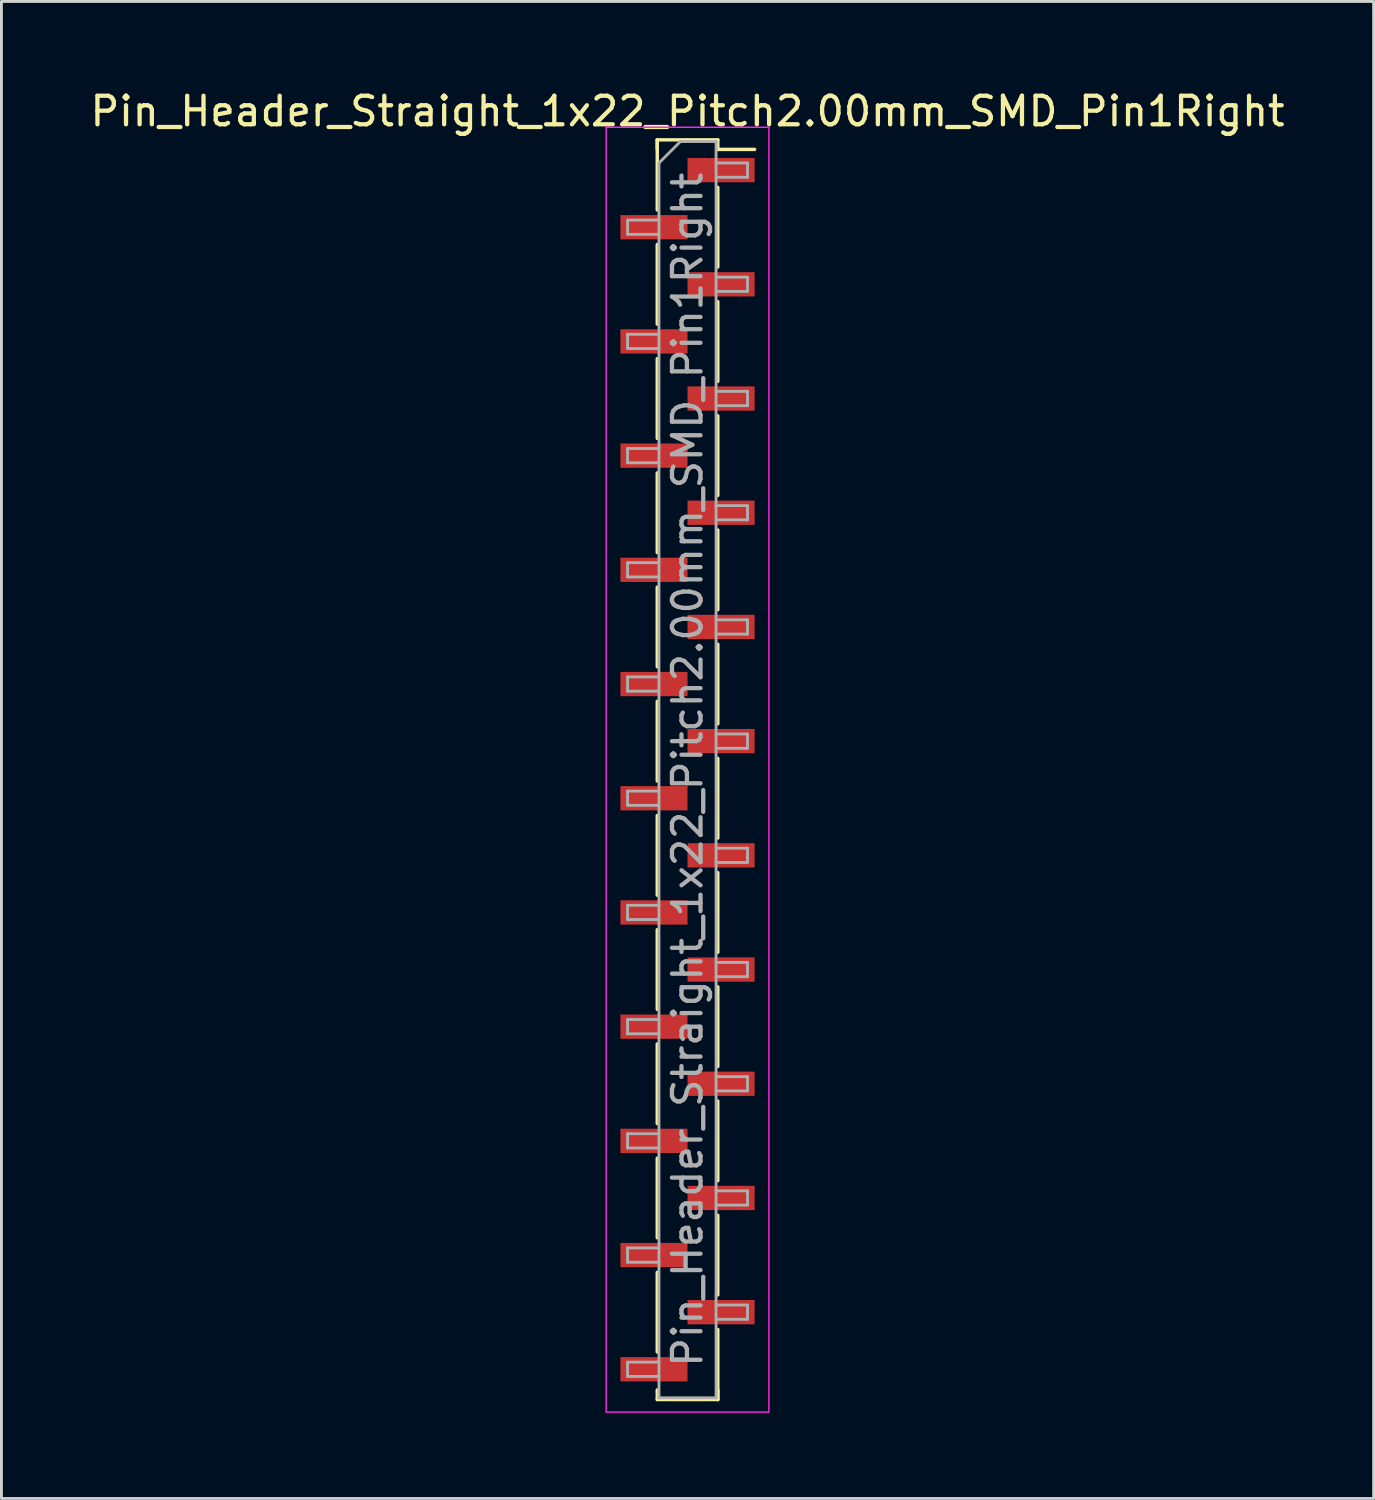
<source format=kicad_pcb>
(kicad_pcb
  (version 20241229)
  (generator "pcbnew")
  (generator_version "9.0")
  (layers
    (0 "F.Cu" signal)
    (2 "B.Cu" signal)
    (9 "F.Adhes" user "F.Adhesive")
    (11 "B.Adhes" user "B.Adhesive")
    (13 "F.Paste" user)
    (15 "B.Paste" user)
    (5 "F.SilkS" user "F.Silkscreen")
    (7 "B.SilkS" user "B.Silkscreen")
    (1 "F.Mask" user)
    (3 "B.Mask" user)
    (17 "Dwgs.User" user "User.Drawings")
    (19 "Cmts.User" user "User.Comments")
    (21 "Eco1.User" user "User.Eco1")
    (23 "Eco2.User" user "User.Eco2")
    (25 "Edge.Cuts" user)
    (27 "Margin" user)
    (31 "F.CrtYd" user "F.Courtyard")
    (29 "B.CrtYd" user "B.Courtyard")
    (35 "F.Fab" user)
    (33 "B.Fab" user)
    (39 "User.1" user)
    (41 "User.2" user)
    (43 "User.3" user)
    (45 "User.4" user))
  (footprint "Pin_Header_Straight_1x22_Pitch2.00mm_SMD_Pin1Right"
    (layer "F.Cu")
    (at 21.03 23.908)
    (property "Reference" "Pin_Header_Straight_1x22_Pitch2.00mm_SMD_Pin1Right" (at 0 -23.06 0) (layer "F.SilkS") (effects (font (size 1 1) (thickness 0.15))))
    (attr smd)
    (fp_line (start -1.06 -22.06) (end -1.06 -19.605) (stroke (width 0.12) (type solid)) (layer "F.SilkS"))
    (fp_line (start -1.06 -22.06) (end 1.06 -22.06) (stroke (width 0.12) (type solid)) (layer "F.SilkS"))
    (fp_line (start -1.06 -21.725) (end -1.06 -22.06) (stroke (width 0.12) (type solid)) (layer "F.SilkS"))
    (fp_line (start -1.06 -18.395) (end -1.06 -15.605) (stroke (width 0.12) (type solid)) (layer "F.SilkS"))
    (fp_line (start -1.06 -14.395) (end -1.06 -11.605) (stroke (width 0.12) (type solid)) (layer "F.SilkS"))
    (fp_line (start -1.06 -10.395) (end -1.06 -7.605) (stroke (width 0.12) (type solid)) (layer "F.SilkS"))
    (fp_line (start -1.06 -6.395) (end -1.06 -3.605) (stroke (width 0.12) (type solid)) (layer "F.SilkS"))
    (fp_line (start -1.06 -2.395) (end -1.06 0.395) (stroke (width 0.12) (type solid)) (layer "F.SilkS"))
    (fp_line (start -1.06 1.605) (end -1.06 4.395) (stroke (width 0.12) (type solid)) (layer "F.SilkS"))
    (fp_line (start -1.06 5.605) (end -1.06 8.395) (stroke (width 0.12) (type solid)) (layer "F.SilkS"))
    (fp_line (start -1.06 9.605) (end -1.06 12.395) (stroke (width 0.12) (type solid)) (layer "F.SilkS"))
    (fp_line (start -1.06 13.605) (end -1.06 16.395) (stroke (width 0.12) (type solid)) (layer "F.SilkS"))
    (fp_line (start -1.06 17.605) (end -1.06 20.395) (stroke (width 0.12) (type solid)) (layer "F.SilkS"))
    (fp_line (start -1.06 21.725) (end -1.06 22.06) (stroke (width 0.12) (type solid)) (layer "F.SilkS"))
    (fp_line (start -1.06 22.06) (end 1.06 22.06) (stroke (width 0.12) (type solid)) (layer "F.SilkS"))
    (fp_line (start 1.06 -22.06) (end 1.06 -21.725) (stroke (width 0.12) (type solid)) (layer "F.SilkS"))
    (fp_line (start 1.06 -21.725) (end 2.35 -21.725) (stroke (width 0.12) (type solid)) (layer "F.SilkS"))
    (fp_line (start 1.06 -20.395) (end 1.06 -17.605) (stroke (width 0.12) (type solid)) (layer "F.SilkS"))
    (fp_line (start 1.06 -16.395) (end 1.06 -13.605) (stroke (width 0.12) (type solid)) (layer "F.SilkS"))
    (fp_line (start 1.06 -12.395) (end 1.06 -9.605) (stroke (width 0.12) (type solid)) (layer "F.SilkS"))
    (fp_line (start 1.06 -8.395) (end 1.06 -5.605) (stroke (width 0.12) (type solid)) (layer "F.SilkS"))
    (fp_line (start 1.06 -4.395) (end 1.06 -1.605) (stroke (width 0.12) (type solid)) (layer "F.SilkS"))
    (fp_line (start 1.06 -0.395) (end 1.06 2.395) (stroke (width 0.12) (type solid)) (layer "F.SilkS"))
    (fp_line (start 1.06 3.605) (end 1.06 6.395) (stroke (width 0.12) (type solid)) (layer "F.SilkS"))
    (fp_line (start 1.06 7.605) (end 1.06 10.395) (stroke (width 0.12) (type solid)) (layer "F.SilkS"))
    (fp_line (start 1.06 11.605) (end 1.06 14.395) (stroke (width 0.12) (type solid)) (layer "F.SilkS"))
    (fp_line (start 1.06 15.605) (end 1.06 18.395) (stroke (width 0.12) (type solid)) (layer "F.SilkS"))
    (fp_line (start 1.06 19.605) (end 1.06 22.06) (stroke (width 0.12) (type solid)) (layer "F.SilkS"))
    (fp_line (start 1.06 22.06) (end 1.06 21.725) (stroke (width 0.12) (type solid)) (layer "F.SilkS"))
    (fp_line (start -2.85 -22.5) (end -2.85 22.5) (stroke (width 0.05) (type solid)) (layer "F.CrtYd"))
    (fp_line (start -2.85 22.5) (end 2.85 22.5) (stroke (width 0.05) (type solid)) (layer "F.CrtYd"))
    (fp_line (start 2.85 -22.5) (end -2.85 -22.5) (stroke (width 0.05) (type solid)) (layer "F.CrtYd"))
    (fp_line (start 2.85 22.5) (end 2.85 -22.5) (stroke (width 0.05) (type solid)) (layer "F.CrtYd"))
    (fp_line (start -2.1 -19.25) (end -2.1 -18.75) (stroke (width 0.1) (type solid)) (layer "F.Fab"))
    (fp_line (start -2.1 -18.75) (end -1 -18.75) (stroke (width 0.1) (type solid)) (layer "F.Fab"))
    (fp_line (start -2.1 -15.25) (end -2.1 -14.75) (stroke (width 0.1) (type solid)) (layer "F.Fab"))
    (fp_line (start -2.1 -14.75) (end -1 -14.75) (stroke (width 0.1) (type solid)) (layer "F.Fab"))
    (fp_line (start -2.1 -11.25) (end -2.1 -10.75) (stroke (width 0.1) (type solid)) (layer "F.Fab"))
    (fp_line (start -2.1 -10.75) (end -1 -10.75) (stroke (width 0.1) (type solid)) (layer "F.Fab"))
    (fp_line (start -2.1 -7.25) (end -2.1 -6.75) (stroke (width 0.1) (type solid)) (layer "F.Fab"))
    (fp_line (start -2.1 -6.75) (end -1 -6.75) (stroke (width 0.1) (type solid)) (layer "F.Fab"))
    (fp_line (start -2.1 -3.25) (end -2.1 -2.75) (stroke (width 0.1) (type solid)) (layer "F.Fab"))
    (fp_line (start -2.1 -2.75) (end -1 -2.75) (stroke (width 0.1) (type solid)) (layer "F.Fab"))
    (fp_line (start -2.1 0.75) (end -2.1 1.25) (stroke (width 0.1) (type solid)) (layer "F.Fab"))
    (fp_line (start -2.1 1.25) (end -1 1.25) (stroke (width 0.1) (type solid)) (layer "F.Fab"))
    (fp_line (start -2.1 4.75) (end -2.1 5.25) (stroke (width 0.1) (type solid)) (layer "F.Fab"))
    (fp_line (start -2.1 5.25) (end -1 5.25) (stroke (width 0.1) (type solid)) (layer "F.Fab"))
    (fp_line (start -2.1 8.75) (end -2.1 9.25) (stroke (width 0.1) (type solid)) (layer "F.Fab"))
    (fp_line (start -2.1 9.25) (end -1 9.25) (stroke (width 0.1) (type solid)) (layer "F.Fab"))
    (fp_line (start -2.1 12.75) (end -2.1 13.25) (stroke (width 0.1) (type solid)) (layer "F.Fab"))
    (fp_line (start -2.1 13.25) (end -1 13.25) (stroke (width 0.1) (type solid)) (layer "F.Fab"))
    (fp_line (start -2.1 16.75) (end -2.1 17.25) (stroke (width 0.1) (type solid)) (layer "F.Fab"))
    (fp_line (start -2.1 17.25) (end -1 17.25) (stroke (width 0.1) (type solid)) (layer "F.Fab"))
    (fp_line (start -2.1 20.75) (end -2.1 21.25) (stroke (width 0.1) (type solid)) (layer "F.Fab"))
    (fp_line (start -2.1 21.25) (end -1 21.25) (stroke (width 0.1) (type solid)) (layer "F.Fab"))
    (fp_line (start -1 -21.25) (end -0.25 -22) (stroke (width 0.1) (type solid)) (layer "F.Fab"))
    (fp_line (start -1 -19.25) (end -2.1 -19.25) (stroke (width 0.1) (type solid)) (layer "F.Fab"))
    (fp_line (start -1 -15.25) (end -2.1 -15.25) (stroke (width 0.1) (type solid)) (layer "F.Fab"))
    (fp_line (start -1 -11.25) (end -2.1 -11.25) (stroke (width 0.1) (type solid)) (layer "F.Fab"))
    (fp_line (start -1 -7.25) (end -2.1 -7.25) (stroke (width 0.1) (type solid)) (layer "F.Fab"))
    (fp_line (start -1 -3.25) (end -2.1 -3.25) (stroke (width 0.1) (type solid)) (layer "F.Fab"))
    (fp_line (start -1 0.75) (end -2.1 0.75) (stroke (width 0.1) (type solid)) (layer "F.Fab"))
    (fp_line (start -1 4.75) (end -2.1 4.75) (stroke (width 0.1) (type solid)) (layer "F.Fab"))
    (fp_line (start -1 8.75) (end -2.1 8.75) (stroke (width 0.1) (type solid)) (layer "F.Fab"))
    (fp_line (start -1 12.75) (end -2.1 12.75) (stroke (width 0.1) (type solid)) (layer "F.Fab"))
    (fp_line (start -1 16.75) (end -2.1 16.75) (stroke (width 0.1) (type solid)) (layer "F.Fab"))
    (fp_line (start -1 20.75) (end -2.1 20.75) (stroke (width 0.1) (type solid)) (layer "F.Fab"))
    (fp_line (start -1 22) (end -1 -21.25) (stroke (width 0.1) (type solid)) (layer "F.Fab"))
    (fp_line (start -0.25 -22) (end 1 -22) (stroke (width 0.1) (type solid)) (layer "F.Fab"))
    (fp_line (start 1 -22) (end 1 22) (stroke (width 0.1) (type solid)) (layer "F.Fab"))
    (fp_line (start 1 -21.25) (end 2.1 -21.25) (stroke (width 0.1) (type solid)) (layer "F.Fab"))
    (fp_line (start 1 -17.25) (end 2.1 -17.25) (stroke (width 0.1) (type solid)) (layer "F.Fab"))
    (fp_line (start 1 -13.25) (end 2.1 -13.25) (stroke (width 0.1) (type solid)) (layer "F.Fab"))
    (fp_line (start 1 -9.25) (end 2.1 -9.25) (stroke (width 0.1) (type solid)) (layer "F.Fab"))
    (fp_line (start 1 -5.25) (end 2.1 -5.25) (stroke (width 0.1) (type solid)) (layer "F.Fab"))
    (fp_line (start 1 -1.25) (end 2.1 -1.25) (stroke (width 0.1) (type solid)) (layer "F.Fab"))
    (fp_line (start 1 2.75) (end 2.1 2.75) (stroke (width 0.1) (type solid)) (layer "F.Fab"))
    (fp_line (start 1 6.75) (end 2.1 6.75) (stroke (width 0.1) (type solid)) (layer "F.Fab"))
    (fp_line (start 1 10.75) (end 2.1 10.75) (stroke (width 0.1) (type solid)) (layer "F.Fab"))
    (fp_line (start 1 14.75) (end 2.1 14.75) (stroke (width 0.1) (type solid)) (layer "F.Fab"))
    (fp_line (start 1 18.75) (end 2.1 18.75) (stroke (width 0.1) (type solid)) (layer "F.Fab"))
    (fp_line (start 1 22) (end -1 22) (stroke (width 0.1) (type solid)) (layer "F.Fab"))
    (fp_line (start 2.1 -21.25) (end 2.1 -20.75) (stroke (width 0.1) (type solid)) (layer "F.Fab"))
    (fp_line (start 2.1 -20.75) (end 1 -20.75) (stroke (width 0.1) (type solid)) (layer "F.Fab"))
    (fp_line (start 2.1 -17.25) (end 2.1 -16.75) (stroke (width 0.1) (type solid)) (layer "F.Fab"))
    (fp_line (start 2.1 -16.75) (end 1 -16.75) (stroke (width 0.1) (type solid)) (layer "F.Fab"))
    (fp_line (start 2.1 -13.25) (end 2.1 -12.75) (stroke (width 0.1) (type solid)) (layer "F.Fab"))
    (fp_line (start 2.1 -12.75) (end 1 -12.75) (stroke (width 0.1) (type solid)) (layer "F.Fab"))
    (fp_line (start 2.1 -9.25) (end 2.1 -8.75) (stroke (width 0.1) (type solid)) (layer "F.Fab"))
    (fp_line (start 2.1 -8.75) (end 1 -8.75) (stroke (width 0.1) (type solid)) (layer "F.Fab"))
    (fp_line (start 2.1 -5.25) (end 2.1 -4.75) (stroke (width 0.1) (type solid)) (layer "F.Fab"))
    (fp_line (start 2.1 -4.75) (end 1 -4.75) (stroke (width 0.1) (type solid)) (layer "F.Fab"))
    (fp_line (start 2.1 -1.25) (end 2.1 -0.75) (stroke (width 0.1) (type solid)) (layer "F.Fab"))
    (fp_line (start 2.1 -0.75) (end 1 -0.75) (stroke (width 0.1) (type solid)) (layer "F.Fab"))
    (fp_line (start 2.1 2.75) (end 2.1 3.25) (stroke (width 0.1) (type solid)) (layer "F.Fab"))
    (fp_line (start 2.1 3.25) (end 1 3.25) (stroke (width 0.1) (type solid)) (layer "F.Fab"))
    (fp_line (start 2.1 6.75) (end 2.1 7.25) (stroke (width 0.1) (type solid)) (layer "F.Fab"))
    (fp_line (start 2.1 7.25) (end 1 7.25) (stroke (width 0.1) (type solid)) (layer "F.Fab"))
    (fp_line (start 2.1 10.75) (end 2.1 11.25) (stroke (width 0.1) (type solid)) (layer "F.Fab"))
    (fp_line (start 2.1 11.25) (end 1 11.25) (stroke (width 0.1) (type solid)) (layer "F.Fab"))
    (fp_line (start 2.1 14.75) (end 2.1 15.25) (stroke (width 0.1) (type solid)) (layer "F.Fab"))
    (fp_line (start 2.1 15.25) (end 1 15.25) (stroke (width 0.1) (type solid)) (layer "F.Fab"))
    (fp_line (start 2.1 18.75) (end 2.1 19.25) (stroke (width 0.1) (type solid)) (layer "F.Fab"))
    (fp_line (start 2.1 19.25) (end 1 19.25) (stroke (width 0.1) (type solid)) (layer "F.Fab"))
    (fp_text user "${REFERENCE}" (at 0 0 90) (layer "F.Fab") (effects (font (size 1 1) (thickness 0.15))))
    (pad "1" smd rect (at 1.175 -21) (size 2.35 0.85) (layers "F.Cu" "F.Mask" "F.Paste"))
    (pad "2" smd rect (at -1.175 -19) (size 2.35 0.85) (layers "F.Cu" "F.Mask" "F.Paste"))
    (pad "3" smd rect (at 1.175 -17) (size 2.35 0.85) (layers "F.Cu" "F.Mask" "F.Paste"))
    (pad "4" smd rect (at -1.175 -15) (size 2.35 0.85) (layers "F.Cu" "F.Mask" "F.Paste"))
    (pad "5" smd rect (at 1.175 -13) (size 2.35 0.85) (layers "F.Cu" "F.Mask" "F.Paste"))
    (pad "6" smd rect (at -1.175 -11) (size 2.35 0.85) (layers "F.Cu" "F.Mask" "F.Paste"))
    (pad "7" smd rect (at 1.175 -9) (size 2.35 0.85) (layers "F.Cu" "F.Mask" "F.Paste"))
    (pad "8" smd rect (at -1.175 -7) (size 2.35 0.85) (layers "F.Cu" "F.Mask" "F.Paste"))
    (pad "9" smd rect (at 1.175 -5) (size 2.35 0.85) (layers "F.Cu" "F.Mask" "F.Paste"))
    (pad "10" smd rect (at -1.175 -3) (size 2.35 0.85) (layers "F.Cu" "F.Mask" "F.Paste"))
    (pad "11" smd rect (at 1.175 -1) (size 2.35 0.85) (layers "F.Cu" "F.Mask" "F.Paste"))
    (pad "12" smd rect (at -1.175 1) (size 2.35 0.85) (layers "F.Cu" "F.Mask" "F.Paste"))
    (pad "13" smd rect (at 1.175 3) (size 2.35 0.85) (layers "F.Cu" "F.Mask" "F.Paste"))
    (pad "14" smd rect (at -1.175 5) (size 2.35 0.85) (layers "F.Cu" "F.Mask" "F.Paste"))
    (pad "15" smd rect (at 1.175 7) (size 2.35 0.85) (layers "F.Cu" "F.Mask" "F.Paste"))
    (pad "16" smd rect (at -1.175 9) (size 2.35 0.85) (layers "F.Cu" "F.Mask" "F.Paste"))
    (pad "17" smd rect (at 1.175 11) (size 2.35 0.85) (layers "F.Cu" "F.Mask" "F.Paste"))
    (pad "18" smd rect (at -1.175 13) (size 2.35 0.85) (layers "F.Cu" "F.Mask" "F.Paste"))
    (pad "19" smd rect (at 1.175 15) (size 2.35 0.85) (layers "F.Cu" "F.Mask" "F.Paste"))
    (pad "20" smd rect (at -1.175 17) (size 2.35 0.85) (layers "F.Cu" "F.Mask" "F.Paste"))
    (pad "21" smd rect (at 1.175 19) (size 2.35 0.85) (layers "F.Cu" "F.Mask" "F.Paste"))
    (pad "22" smd rect (at -1.175 21) (size 2.35 0.85) (layers "F.Cu" "F.Mask" "F.Paste")))
  (gr_rect
    (start -3 -3)
    (end 45.06 49.433)
    (stroke (width 0.1) (type default))
    (fill no)
    (layer "Edge.Cuts")))
</source>
